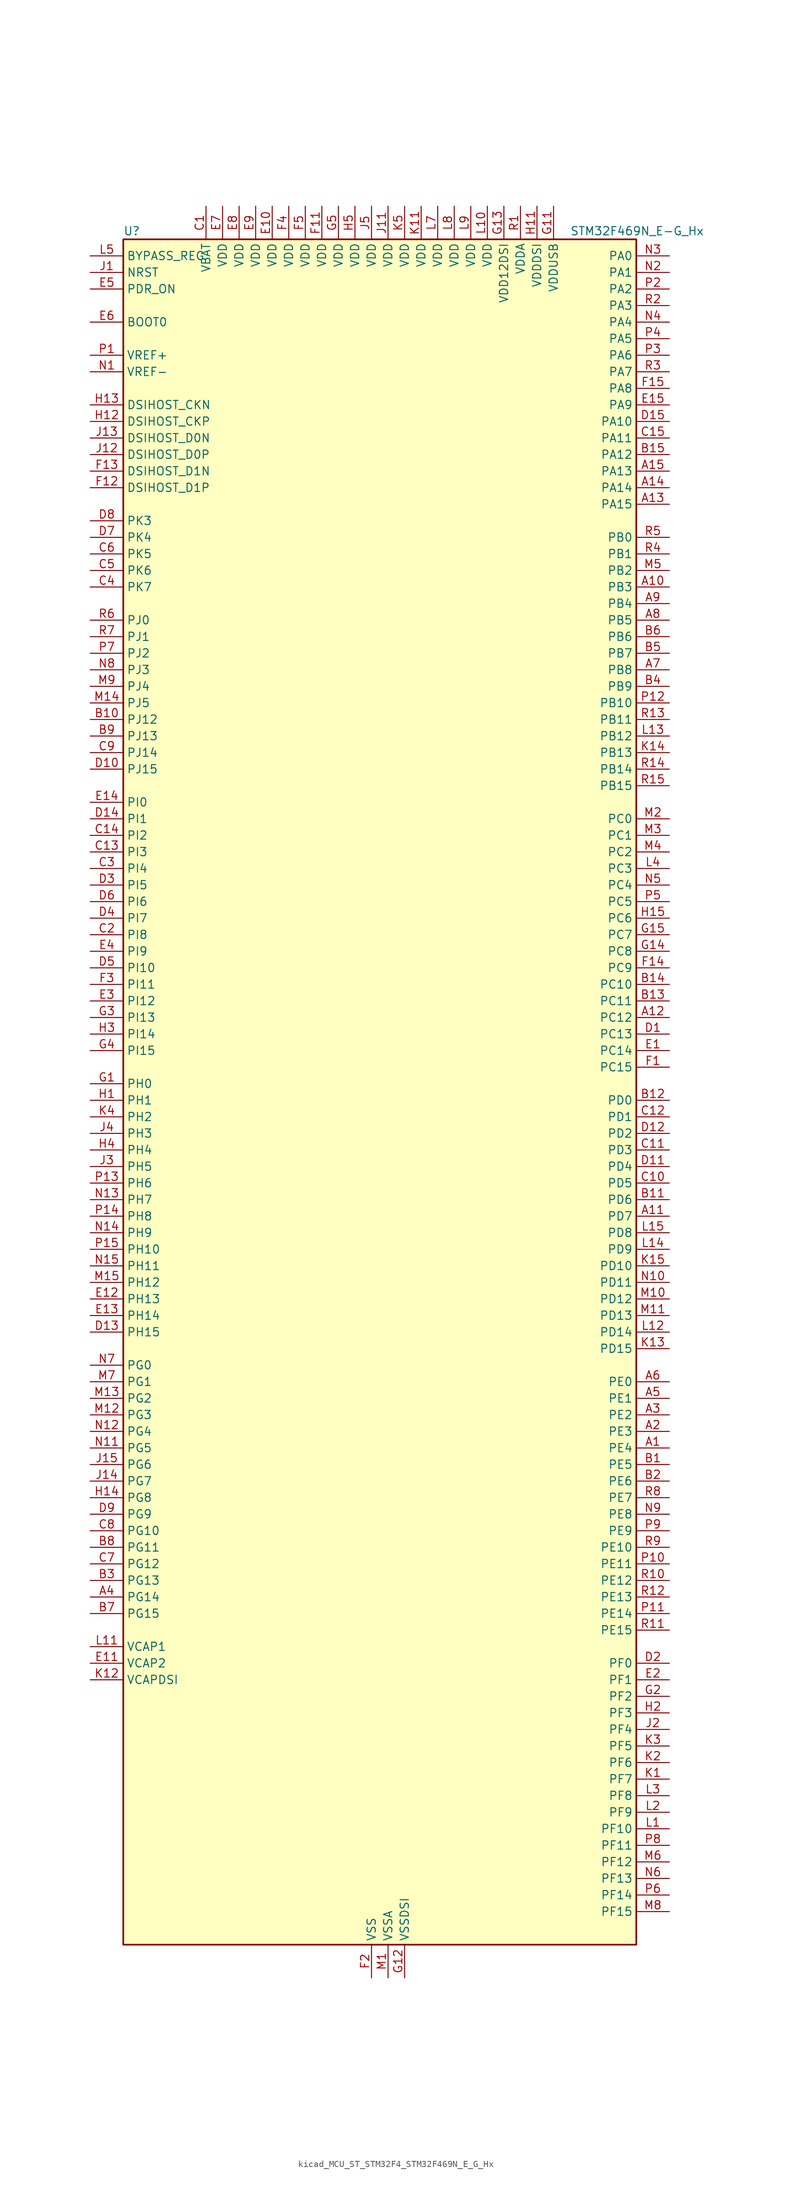
<source format=kicad_sym>
(kicad_symbol_lib
  (version 20220914)
  (generator kicad_symbol_editor)
  (symbol "kicad_MCU_ST_STM32F4_STM32F469N_E_G_Hx"
    (property "Reference" "U"
      (at -38.1 133.35 0)
      (effects (font (size 1.27 1.27)) (justify left)))
    (property "Value" "STM32F469N_E-G_Hx"
      (at 30.48 133.35 0)
      (effects (font (size 1.27 1.27)) (justify left)))
    (property "ki_locked" ""
      (at 0 0 0)
      (effects (font (size 1.27 1.27))))
    (symbol "kicad_MCU_ST_STM32F4_STM32F469N_E_G_Hx_0_1"
      (rectangle (start -38.1 -129.54) (end 40.64 132.08) (stroke (width 0.254) (type default)) (fill (type background))))
    (symbol "kicad_MCU_ST_STM32F4_STM32F469N_E_G_Hx_1_1"
      (pin bidirectional line (at 45.72 -53.34 180) (length 5.08) (name "PE4" (effects (font (size 1.27 1.27)))) (number "A1" (effects (font (size 1.27 1.27)))) (alternate "DCMI_D4" bidirectional line) (alternate "FMC_A20" bidirectional line) (alternate "LTDC_B0" bidirectional line) (alternate "SAI1_FS_A" bidirectional line) (alternate "SPI4_NSS" bidirectional line) (alternate "SYS_TRACED1" bidirectional line))
      (pin bidirectional line (at 45.72 78.74 180) (length 5.08) (name "PB3" (effects (font (size 1.27 1.27)))) (number "A10" (effects (font (size 1.27 1.27)))) (alternate "I2S3_CK" bidirectional line) (alternate "SPI1_SCK" bidirectional line) (alternate "SPI3_SCK" bidirectional line) (alternate "SYS_JTDO-SWO" bidirectional line) (alternate "TIM2_CH2" bidirectional line))
      (pin bidirectional line (at 45.72 -17.78 180) (length 5.08) (name "PD7" (effects (font (size 1.27 1.27)))) (number "A11" (effects (font (size 1.27 1.27)))) (alternate "FMC_NE1" bidirectional line) (alternate "USART2_CK" bidirectional line))
      (pin bidirectional line (at 45.72 12.7 180) (length 5.08) (name "PC12" (effects (font (size 1.27 1.27)))) (number "A12" (effects (font (size 1.27 1.27)))) (alternate "DCMI_D9" bidirectional line) (alternate "I2S3_SD" bidirectional line) (alternate "SDIO_CK" bidirectional line) (alternate "SPI3_MOSI" bidirectional line) (alternate "SYS_TRACED3" bidirectional line) (alternate "UART5_TX" bidirectional line) (alternate "USART3_CK" bidirectional line))
      (pin bidirectional line (at 45.72 91.44 180) (length 5.08) (name "PA15" (effects (font (size 1.27 1.27)))) (number "A13" (effects (font (size 1.27 1.27)))) (alternate "ADC1_EXTI15" bidirectional line) (alternate "ADC2_EXTI15" bidirectional line) (alternate "ADC3_EXTI15" bidirectional line) (alternate "I2S3_WS" bidirectional line) (alternate "SPI1_NSS" bidirectional line) (alternate "SPI3_NSS" bidirectional line) (alternate "SYS_JTDI" bidirectional line) (alternate "TIM2_CH1" bidirectional line) (alternate "TIM2_ETR" bidirectional line))
      (pin bidirectional line (at 45.72 93.98 180) (length 5.08) (name "PA14" (effects (font (size 1.27 1.27)))) (number "A14" (effects (font (size 1.27 1.27)))) (alternate "SYS_JTCK-SWCLK" bidirectional line))
      (pin bidirectional line (at 45.72 96.52 180) (length 5.08) (name "PA13" (effects (font (size 1.27 1.27)))) (number "A15" (effects (font (size 1.27 1.27)))) (alternate "SYS_JTMS-SWDIO" bidirectional line))
      (pin bidirectional line (at 45.72 -50.8 180) (length 5.08) (name "PE3" (effects (font (size 1.27 1.27)))) (number "A2" (effects (font (size 1.27 1.27)))) (alternate "FMC_A19" bidirectional line) (alternate "SAI1_SD_B" bidirectional line) (alternate "SYS_TRACED0" bidirectional line))
      (pin bidirectional line (at 45.72 -48.26 180) (length 5.08) (name "PE2" (effects (font (size 1.27 1.27)))) (number "A3" (effects (font (size 1.27 1.27)))) (alternate "ETH_TXD3" bidirectional line) (alternate "FMC_A23" bidirectional line) (alternate "QUADSPI_BK1_IO2" bidirectional line) (alternate "SAI1_MCLK_A" bidirectional line) (alternate "SPI4_SCK" bidirectional line) (alternate "SYS_TRACECLK" bidirectional line))
      (pin bidirectional line (at -43.18 -76.2 0) (length 5.08) (name "PG14" (effects (font (size 1.27 1.27)))) (number "A4" (effects (font (size 1.27 1.27)))) (alternate "ETH_TXD1" bidirectional line) (alternate "FMC_A25" bidirectional line) (alternate "LTDC_B0" bidirectional line) (alternate "QUADSPI_BK2_IO3" bidirectional line) (alternate "SPI6_MOSI" bidirectional line) (alternate "SYS_TRACED1" bidirectional line) (alternate "USART6_TX" bidirectional line))
      (pin bidirectional line (at 45.72 -45.72 180) (length 5.08) (name "PE1" (effects (font (size 1.27 1.27)))) (number "A5" (effects (font (size 1.27 1.27)))) (alternate "DCMI_D3" bidirectional line) (alternate "FMC_NBL1" bidirectional line) (alternate "UART8_TX" bidirectional line))
      (pin bidirectional line (at 45.72 -43.18 180) (length 5.08) (name "PE0" (effects (font (size 1.27 1.27)))) (number "A6" (effects (font (size 1.27 1.27)))) (alternate "DCMI_D2" bidirectional line) (alternate "FMC_NBL0" bidirectional line) (alternate "TIM4_ETR" bidirectional line) (alternate "UART8_RX" bidirectional line))
      (pin bidirectional line (at 45.72 66.04 180) (length 5.08) (name "PB8" (effects (font (size 1.27 1.27)))) (number "A7" (effects (font (size 1.27 1.27)))) (alternate "CAN1_RX" bidirectional line) (alternate "DCMI_D6" bidirectional line) (alternate "ETH_TXD3" bidirectional line) (alternate "I2C1_SCL" bidirectional line) (alternate "LTDC_B6" bidirectional line) (alternate "SDIO_D4" bidirectional line) (alternate "TIM10_CH1" bidirectional line) (alternate "TIM4_CH3" bidirectional line))
      (pin bidirectional line (at 45.72 73.66 180) (length 5.08) (name "PB5" (effects (font (size 1.27 1.27)))) (number "A8" (effects (font (size 1.27 1.27)))) (alternate "CAN2_RX" bidirectional line) (alternate "DCMI_D10" bidirectional line) (alternate "ETH_PPS_OUT" bidirectional line) (alternate "FMC_SDCKE1" bidirectional line) (alternate "I2C1_SMBA" bidirectional line) (alternate "I2S3_SD" bidirectional line) (alternate "LTDC_G7" bidirectional line) (alternate "SPI1_MOSI" bidirectional line) (alternate "SPI3_MOSI" bidirectional line) (alternate "TIM3_CH2" bidirectional line) (alternate "USB_OTG_HS_ULPI_D7" bidirectional line))
      (pin bidirectional line (at 45.72 76.2 180) (length 5.08) (name "PB4" (effects (font (size 1.27 1.27)))) (number "A9" (effects (font (size 1.27 1.27)))) (alternate "I2S3_ext_SD" bidirectional line) (alternate "SPI1_MISO" bidirectional line) (alternate "SPI3_MISO" bidirectional line) (alternate "SYS_JTRST" bidirectional line) (alternate "TIM3_CH1" bidirectional line))
      (pin bidirectional line (at 45.72 -55.88 180) (length 5.08) (name "PE5" (effects (font (size 1.27 1.27)))) (number "B1" (effects (font (size 1.27 1.27)))) (alternate "DCMI_D6" bidirectional line) (alternate "FMC_A21" bidirectional line) (alternate "LTDC_G0" bidirectional line) (alternate "SAI1_SCK_A" bidirectional line) (alternate "SPI4_MISO" bidirectional line) (alternate "SYS_TRACED2" bidirectional line) (alternate "TIM9_CH1" bidirectional line))
      (pin bidirectional line (at -43.18 58.42 0) (length 5.08) (name "PJ12" (effects (font (size 1.27 1.27)))) (number "B10" (effects (font (size 1.27 1.27)))) (alternate "LTDC_B0" bidirectional line) (alternate "LTDC_G3" bidirectional line))
      (pin bidirectional line (at 45.72 -15.24 180) (length 5.08) (name "PD6" (effects (font (size 1.27 1.27)))) (number "B11" (effects (font (size 1.27 1.27)))) (alternate "DCMI_D10" bidirectional line) (alternate "FMC_NWAIT" bidirectional line) (alternate "I2S3_SD" bidirectional line) (alternate "LTDC_B2" bidirectional line) (alternate "SAI1_SD_A" bidirectional line) (alternate "SPI3_MOSI" bidirectional line) (alternate "USART2_RX" bidirectional line))
      (pin bidirectional line (at 45.72 0 180) (length 5.08) (name "PD0" (effects (font (size 1.27 1.27)))) (number "B12" (effects (font (size 1.27 1.27)))) (alternate "CAN1_RX" bidirectional line) (alternate "FMC_D2" bidirectional line) (alternate "FMC_DA2" bidirectional line))
      (pin bidirectional line (at 45.72 15.24 180) (length 5.08) (name "PC11" (effects (font (size 1.27 1.27)))) (number "B13" (effects (font (size 1.27 1.27)))) (alternate "ADC1_EXTI11" bidirectional line) (alternate "ADC2_EXTI11" bidirectional line) (alternate "ADC3_EXTI11" bidirectional line) (alternate "DCMI_D4" bidirectional line) (alternate "I2S3_ext_SD" bidirectional line) (alternate "QUADSPI_BK2_NCS" bidirectional line) (alternate "SDIO_D3" bidirectional line) (alternate "SPI3_MISO" bidirectional line) (alternate "UART4_RX" bidirectional line) (alternate "USART3_RX" bidirectional line))
      (pin bidirectional line (at 45.72 17.78 180) (length 5.08) (name "PC10" (effects (font (size 1.27 1.27)))) (number "B14" (effects (font (size 1.27 1.27)))) (alternate "DCMI_D8" bidirectional line) (alternate "I2S3_CK" bidirectional line) (alternate "LTDC_R2" bidirectional line) (alternate "QUADSPI_BK1_IO1" bidirectional line) (alternate "SDIO_D2" bidirectional line) (alternate "SPI3_SCK" bidirectional line) (alternate "UART4_TX" bidirectional line) (alternate "USART3_TX" bidirectional line))
      (pin bidirectional line (at 45.72 99.06 180) (length 5.08) (name "PA12" (effects (font (size 1.27 1.27)))) (number "B15" (effects (font (size 1.27 1.27)))) (alternate "CAN1_TX" bidirectional line) (alternate "LTDC_R5" bidirectional line) (alternate "TIM1_ETR" bidirectional line) (alternate "USART1_RTS" bidirectional line) (alternate "USB_OTG_FS_DP" bidirectional line))
      (pin bidirectional line (at 45.72 -58.42 180) (length 5.08) (name "PE6" (effects (font (size 1.27 1.27)))) (number "B2" (effects (font (size 1.27 1.27)))) (alternate "DCMI_D7" bidirectional line) (alternate "FMC_A22" bidirectional line) (alternate "LTDC_G1" bidirectional line) (alternate "SAI1_SD_A" bidirectional line) (alternate "SPI4_MOSI" bidirectional line) (alternate "SYS_TRACED3" bidirectional line) (alternate "TIM9_CH2" bidirectional line))
      (pin bidirectional line (at -43.18 -73.66 0) (length 5.08) (name "PG13" (effects (font (size 1.27 1.27)))) (number "B3" (effects (font (size 1.27 1.27)))) (alternate "ETH_TXD0" bidirectional line) (alternate "FMC_A24" bidirectional line) (alternate "LTDC_R0" bidirectional line) (alternate "SPI6_SCK" bidirectional line) (alternate "SYS_TRACED0" bidirectional line) (alternate "USART6_CTS" bidirectional line))
      (pin bidirectional line (at 45.72 63.5 180) (length 5.08) (name "PB9" (effects (font (size 1.27 1.27)))) (number "B4" (effects (font (size 1.27 1.27)))) (alternate "CAN1_TX" bidirectional line) (alternate "DAC_EXTI9" bidirectional line) (alternate "DCMI_D7" bidirectional line) (alternate "I2C1_SDA" bidirectional line) (alternate "I2S2_WS" bidirectional line) (alternate "LTDC_B7" bidirectional line) (alternate "SDIO_D5" bidirectional line) (alternate "SPI2_NSS" bidirectional line) (alternate "TIM11_CH1" bidirectional line) (alternate "TIM4_CH4" bidirectional line))
      (pin bidirectional line (at 45.72 68.58 180) (length 5.08) (name "PB7" (effects (font (size 1.27 1.27)))) (number "B5" (effects (font (size 1.27 1.27)))) (alternate "DCMI_VSYNC" bidirectional line) (alternate "FMC_NL" bidirectional line) (alternate "I2C1_SDA" bidirectional line) (alternate "TIM4_CH2" bidirectional line) (alternate "USART1_RX" bidirectional line))
      (pin bidirectional line (at 45.72 71.12 180) (length 5.08) (name "PB6" (effects (font (size 1.27 1.27)))) (number "B6" (effects (font (size 1.27 1.27)))) (alternate "CAN2_TX" bidirectional line) (alternate "DCMI_D5" bidirectional line) (alternate "FMC_SDNE1" bidirectional line) (alternate "I2C1_SCL" bidirectional line) (alternate "QUADSPI_BK1_NCS" bidirectional line) (alternate "TIM4_CH1" bidirectional line) (alternate "USART1_TX" bidirectional line))
      (pin bidirectional line (at -43.18 -78.74 0) (length 5.08) (name "PG15" (effects (font (size 1.27 1.27)))) (number "B7" (effects (font (size 1.27 1.27)))) (alternate "ADC1_EXTI15" bidirectional line) (alternate "ADC2_EXTI15" bidirectional line) (alternate "ADC3_EXTI15" bidirectional line) (alternate "DCMI_D13" bidirectional line) (alternate "FMC_SDNCAS" bidirectional line) (alternate "USART6_CTS" bidirectional line))
      (pin bidirectional line (at -43.18 -68.58 0) (length 5.08) (name "PG11" (effects (font (size 1.27 1.27)))) (number "B8" (effects (font (size 1.27 1.27)))) (alternate "ADC1_EXTI11" bidirectional line) (alternate "ADC2_EXTI11" bidirectional line) (alternate "ADC3_EXTI11" bidirectional line) (alternate "DCMI_D3" bidirectional line) (alternate "ETH_TX_EN" bidirectional line) (alternate "LTDC_B3" bidirectional line))
      (pin bidirectional line (at -43.18 55.88 0) (length 5.08) (name "PJ13" (effects (font (size 1.27 1.27)))) (number "B9" (effects (font (size 1.27 1.27)))) (alternate "LTDC_B1" bidirectional line) (alternate "LTDC_G4" bidirectional line))
      (pin power_in line (at -25.4 137.16 270) (length 5.08) (name "VBAT" (effects (font (size 1.27 1.27)))) (number "C1" (effects (font (size 1.27 1.27)))))
      (pin bidirectional line (at 45.72 -12.7 180) (length 5.08) (name "PD5" (effects (font (size 1.27 1.27)))) (number "C10" (effects (font (size 1.27 1.27)))) (alternate "FMC_NWE" bidirectional line) (alternate "USART2_TX" bidirectional line))
      (pin bidirectional line (at 45.72 -7.62 180) (length 5.08) (name "PD3" (effects (font (size 1.27 1.27)))) (number "C11" (effects (font (size 1.27 1.27)))) (alternate "DCMI_D5" bidirectional line) (alternate "FMC_CLK" bidirectional line) (alternate "I2S2_CK" bidirectional line) (alternate "LTDC_G7" bidirectional line) (alternate "SPI2_SCK" bidirectional line) (alternate "USART2_CTS" bidirectional line))
      (pin bidirectional line (at 45.72 -2.54 180) (length 5.08) (name "PD1" (effects (font (size 1.27 1.27)))) (number "C12" (effects (font (size 1.27 1.27)))) (alternate "CAN1_TX" bidirectional line) (alternate "FMC_D3" bidirectional line) (alternate "FMC_DA3" bidirectional line))
      (pin bidirectional line (at -43.18 38.1 0) (length 5.08) (name "PI3" (effects (font (size 1.27 1.27)))) (number "C13" (effects (font (size 1.27 1.27)))) (alternate "DCMI_D10" bidirectional line) (alternate "FMC_D27" bidirectional line) (alternate "I2S2_SD" bidirectional line) (alternate "SPI2_MOSI" bidirectional line) (alternate "TIM8_ETR" bidirectional line))
      (pin bidirectional line (at -43.18 40.64 0) (length 5.08) (name "PI2" (effects (font (size 1.27 1.27)))) (number "C14" (effects (font (size 1.27 1.27)))) (alternate "DCMI_D9" bidirectional line) (alternate "FMC_D26" bidirectional line) (alternate "I2S2_ext_SD" bidirectional line) (alternate "LTDC_G7" bidirectional line) (alternate "SPI2_MISO" bidirectional line) (alternate "TIM8_CH4" bidirectional line))
      (pin bidirectional line (at 45.72 101.6 180) (length 5.08) (name "PA11" (effects (font (size 1.27 1.27)))) (number "C15" (effects (font (size 1.27 1.27)))) (alternate "ADC1_EXTI11" bidirectional line) (alternate "ADC2_EXTI11" bidirectional line) (alternate "ADC3_EXTI11" bidirectional line) (alternate "CAN1_RX" bidirectional line) (alternate "LTDC_R4" bidirectional line) (alternate "TIM1_CH4" bidirectional line) (alternate "USART1_CTS" bidirectional line) (alternate "USB_OTG_FS_DM" bidirectional line))
      (pin bidirectional line (at -43.18 25.4 0) (length 5.08) (name "PI8" (effects (font (size 1.27 1.27)))) (number "C2" (effects (font (size 1.27 1.27)))) (alternate "RTC_AF1" bidirectional line) (alternate "RTC_AF2" bidirectional line))
      (pin bidirectional line (at -43.18 35.56 0) (length 5.08) (name "PI4" (effects (font (size 1.27 1.27)))) (number "C3" (effects (font (size 1.27 1.27)))) (alternate "DCMI_D5" bidirectional line) (alternate "FMC_NBL2" bidirectional line) (alternate "LTDC_B4" bidirectional line) (alternate "TIM8_BKIN" bidirectional line))
      (pin bidirectional line (at -43.18 78.74 0) (length 5.08) (name "PK7" (effects (font (size 1.27 1.27)))) (number "C4" (effects (font (size 1.27 1.27)))) (alternate "LTDC_DE" bidirectional line))
      (pin bidirectional line (at -43.18 81.28 0) (length 5.08) (name "PK6" (effects (font (size 1.27 1.27)))) (number "C5" (effects (font (size 1.27 1.27)))) (alternate "LTDC_B7" bidirectional line))
      (pin bidirectional line (at -43.18 83.82 0) (length 5.08) (name "PK5" (effects (font (size 1.27 1.27)))) (number "C6" (effects (font (size 1.27 1.27)))) (alternate "LTDC_B6" bidirectional line))
      (pin bidirectional line (at -43.18 -71.12 0) (length 5.08) (name "PG12" (effects (font (size 1.27 1.27)))) (number "C7" (effects (font (size 1.27 1.27)))) (alternate "FMC_NE4" bidirectional line) (alternate "LTDC_B1" bidirectional line) (alternate "LTDC_B4" bidirectional line) (alternate "SPI6_MISO" bidirectional line) (alternate "USART6_RTS" bidirectional line))
      (pin bidirectional line (at -43.18 -66.04 0) (length 5.08) (name "PG10" (effects (font (size 1.27 1.27)))) (number "C8" (effects (font (size 1.27 1.27)))) (alternate "DCMI_D2" bidirectional line) (alternate "FMC_NE3" bidirectional line) (alternate "LTDC_B2" bidirectional line) (alternate "LTDC_G3" bidirectional line))
      (pin bidirectional line (at -43.18 53.34 0) (length 5.08) (name "PJ14" (effects (font (size 1.27 1.27)))) (number "C9" (effects (font (size 1.27 1.27)))) (alternate "LTDC_B2" bidirectional line))
      (pin bidirectional line (at 45.72 10.16 180) (length 5.08) (name "PC13" (effects (font (size 1.27 1.27)))) (number "D1" (effects (font (size 1.27 1.27)))) (alternate "RTC_AF1" bidirectional line))
      (pin bidirectional line (at -43.18 50.8 0) (length 5.08) (name "PJ15" (effects (font (size 1.27 1.27)))) (number "D10" (effects (font (size 1.27 1.27)))) (alternate "ADC1_EXTI15" bidirectional line) (alternate "ADC2_EXTI15" bidirectional line) (alternate "ADC3_EXTI15" bidirectional line) (alternate "LTDC_B3" bidirectional line))
      (pin bidirectional line (at 45.72 -10.16 180) (length 5.08) (name "PD4" (effects (font (size 1.27 1.27)))) (number "D11" (effects (font (size 1.27 1.27)))) (alternate "FMC_NOE" bidirectional line) (alternate "USART2_RTS" bidirectional line))
      (pin bidirectional line (at 45.72 -5.08 180) (length 5.08) (name "PD2" (effects (font (size 1.27 1.27)))) (number "D12" (effects (font (size 1.27 1.27)))) (alternate "DCMI_D11" bidirectional line) (alternate "SDIO_CMD" bidirectional line) (alternate "SYS_TRACED2" bidirectional line) (alternate "TIM3_ETR" bidirectional line) (alternate "UART5_RX" bidirectional line))
      (pin bidirectional line (at -43.18 -35.56 0) (length 5.08) (name "PH15" (effects (font (size 1.27 1.27)))) (number "D13" (effects (font (size 1.27 1.27)))) (alternate "ADC1_EXTI15" bidirectional line) (alternate "ADC2_EXTI15" bidirectional line) (alternate "ADC3_EXTI15" bidirectional line) (alternate "DCMI_D11" bidirectional line) (alternate "FMC_D23" bidirectional line) (alternate "LTDC_G4" bidirectional line) (alternate "TIM8_CH3N" bidirectional line))
      (pin bidirectional line (at -43.18 43.18 0) (length 5.08) (name "PI1" (effects (font (size 1.27 1.27)))) (number "D14" (effects (font (size 1.27 1.27)))) (alternate "DCMI_D8" bidirectional line) (alternate "FMC_D25" bidirectional line) (alternate "I2S2_CK" bidirectional line) (alternate "LTDC_G6" bidirectional line) (alternate "SPI2_SCK" bidirectional line))
      (pin bidirectional line (at 45.72 104.14 180) (length 5.08) (name "PA10" (effects (font (size 1.27 1.27)))) (number "D15" (effects (font (size 1.27 1.27)))) (alternate "DCMI_D1" bidirectional line) (alternate "TIM1_CH3" bidirectional line) (alternate "USART1_RX" bidirectional line) (alternate "USB_OTG_FS_ID" bidirectional line))
      (pin bidirectional line (at 45.72 -86.36 180) (length 5.08) (name "PF0" (effects (font (size 1.27 1.27)))) (number "D2" (effects (font (size 1.27 1.27)))) (alternate "FMC_A0" bidirectional line) (alternate "I2C2_SDA" bidirectional line))
      (pin bidirectional line (at -43.18 33.02 0) (length 5.08) (name "PI5" (effects (font (size 1.27 1.27)))) (number "D3" (effects (font (size 1.27 1.27)))) (alternate "DCMI_VSYNC" bidirectional line) (alternate "FMC_NBL3" bidirectional line) (alternate "LTDC_B5" bidirectional line) (alternate "TIM8_CH1" bidirectional line))
      (pin bidirectional line (at -43.18 27.94 0) (length 5.08) (name "PI7" (effects (font (size 1.27 1.27)))) (number "D4" (effects (font (size 1.27 1.27)))) (alternate "DCMI_D7" bidirectional line) (alternate "FMC_D29" bidirectional line) (alternate "LTDC_B7" bidirectional line) (alternate "TIM8_CH3" bidirectional line))
      (pin bidirectional line (at -43.18 20.32 0) (length 5.08) (name "PI10" (effects (font (size 1.27 1.27)))) (number "D5" (effects (font (size 1.27 1.27)))) (alternate "ETH_RX_ER" bidirectional line) (alternate "FMC_D31" bidirectional line) (alternate "LTDC_HSYNC" bidirectional line))
      (pin bidirectional line (at -43.18 30.48 0) (length 5.08) (name "PI6" (effects (font (size 1.27 1.27)))) (number "D6" (effects (font (size 1.27 1.27)))) (alternate "DCMI_D6" bidirectional line) (alternate "FMC_D28" bidirectional line) (alternate "LTDC_B6" bidirectional line) (alternate "TIM8_CH2" bidirectional line))
      (pin bidirectional line (at -43.18 86.36 0) (length 5.08) (name "PK4" (effects (font (size 1.27 1.27)))) (number "D7" (effects (font (size 1.27 1.27)))) (alternate "LTDC_B5" bidirectional line))
      (pin bidirectional line (at -43.18 88.9 0) (length 5.08) (name "PK3" (effects (font (size 1.27 1.27)))) (number "D8" (effects (font (size 1.27 1.27)))) (alternate "LTDC_B4" bidirectional line))
      (pin bidirectional line (at -43.18 -63.5 0) (length 5.08) (name "PG9" (effects (font (size 1.27 1.27)))) (number "D9" (effects (font (size 1.27 1.27)))) (alternate "DAC_EXTI9" bidirectional line) (alternate "DCMI_VSYNC" bidirectional line) (alternate "FMC_NCE" bidirectional line) (alternate "FMC_NE2" bidirectional line) (alternate "QUADSPI_BK2_IO2" bidirectional line) (alternate "USART6_RX" bidirectional line))
      (pin bidirectional line (at 45.72 7.62 180) (length 5.08) (name "PC14" (effects (font (size 1.27 1.27)))) (number "E1" (effects (font (size 1.27 1.27)))) (alternate "RCC_OSC32_IN" bidirectional line))
      (pin power_in line (at -15.24 137.16 270) (length 5.08) (name "VDD" (effects (font (size 1.27 1.27)))) (number "E10" (effects (font (size 1.27 1.27)))))
      (pin power_out line (at -43.18 -86.36 0) (length 5.08) (name "VCAP2" (effects (font (size 1.27 1.27)))) (number "E11" (effects (font (size 1.27 1.27)))))
      (pin bidirectional line (at -43.18 -30.48 0) (length 5.08) (name "PH13" (effects (font (size 1.27 1.27)))) (number "E12" (effects (font (size 1.27 1.27)))) (alternate "CAN1_TX" bidirectional line) (alternate "FMC_D21" bidirectional line) (alternate "LTDC_G2" bidirectional line) (alternate "TIM8_CH1N" bidirectional line))
      (pin bidirectional line (at -43.18 -33.02 0) (length 5.08) (name "PH14" (effects (font (size 1.27 1.27)))) (number "E13" (effects (font (size 1.27 1.27)))) (alternate "DCMI_D4" bidirectional line) (alternate "FMC_D22" bidirectional line) (alternate "LTDC_G3" bidirectional line) (alternate "TIM8_CH2N" bidirectional line))
      (pin bidirectional line (at -43.18 45.72 0) (length 5.08) (name "PI0" (effects (font (size 1.27 1.27)))) (number "E14" (effects (font (size 1.27 1.27)))) (alternate "DCMI_D13" bidirectional line) (alternate "FMC_D24" bidirectional line) (alternate "I2S2_WS" bidirectional line) (alternate "LTDC_G5" bidirectional line) (alternate "SPI2_NSS" bidirectional line) (alternate "TIM5_CH4" bidirectional line))
      (pin bidirectional line (at 45.72 106.68 180) (length 5.08) (name "PA9" (effects (font (size 1.27 1.27)))) (number "E15" (effects (font (size 1.27 1.27)))) (alternate "DAC_EXTI9" bidirectional line) (alternate "DCMI_D0" bidirectional line) (alternate "I2C3_SMBA" bidirectional line) (alternate "I2S2_CK" bidirectional line) (alternate "SPI2_SCK" bidirectional line) (alternate "TIM1_CH2" bidirectional line) (alternate "USART1_TX" bidirectional line) (alternate "USB_OTG_FS_VBUS" bidirectional line))
      (pin bidirectional line (at 45.72 -88.9 180) (length 5.08) (name "PF1" (effects (font (size 1.27 1.27)))) (number "E2" (effects (font (size 1.27 1.27)))) (alternate "FMC_A1" bidirectional line) (alternate "I2C2_SCL" bidirectional line))
      (pin bidirectional line (at -43.18 15.24 0) (length 5.08) (name "PI12" (effects (font (size 1.27 1.27)))) (number "E3" (effects (font (size 1.27 1.27)))) (alternate "LTDC_HSYNC" bidirectional line))
      (pin bidirectional line (at -43.18 22.86 0) (length 5.08) (name "PI9" (effects (font (size 1.27 1.27)))) (number "E4" (effects (font (size 1.27 1.27)))) (alternate "CAN1_RX" bidirectional line) (alternate "DAC_EXTI9" bidirectional line) (alternate "FMC_D30" bidirectional line) (alternate "LTDC_VSYNC" bidirectional line))
      (pin input line (at -43.18 124.46 0) (length 5.08) (name "PDR_ON" (effects (font (size 1.27 1.27)))) (number "E5" (effects (font (size 1.27 1.27)))))
      (pin input line (at -43.18 119.38 0) (length 5.08) (name "BOOT0" (effects (font (size 1.27 1.27)))) (number "E6" (effects (font (size 1.27 1.27)))))
      (pin power_in line (at -22.86 137.16 270) (length 5.08) (name "VDD" (effects (font (size 1.27 1.27)))) (number "E7" (effects (font (size 1.27 1.27)))))
      (pin power_in line (at -20.32 137.16 270) (length 5.08) (name "VDD" (effects (font (size 1.27 1.27)))) (number "E8" (effects (font (size 1.27 1.27)))))
      (pin power_in line (at -17.78 137.16 270) (length 5.08) (name "VDD" (effects (font (size 1.27 1.27)))) (number "E9" (effects (font (size 1.27 1.27)))))
      (pin bidirectional line (at 45.72 5.08 180) (length 5.08) (name "PC15" (effects (font (size 1.27 1.27)))) (number "F1" (effects (font (size 1.27 1.27)))) (alternate "ADC1_EXTI15" bidirectional line) (alternate "ADC2_EXTI15" bidirectional line) (alternate "ADC3_EXTI15" bidirectional line) (alternate "RCC_OSC32_OUT" bidirectional line))
      (pin passive line (at 0 -134.62 90) (length 5.08) hide (name "VSS" (effects (font (size 1.27 1.27)))) (number "F10" (effects (font (size 1.27 1.27)))))
      (pin power_in line (at -7.62 137.16 270) (length 5.08) (name "VDD" (effects (font (size 1.27 1.27)))) (number "F11" (effects (font (size 1.27 1.27)))))
      (pin bidirectional line (at -43.18 93.98 0) (length 5.08) (name "DSIHOST_D1P" (effects (font (size 1.27 1.27)))) (number "F12" (effects (font (size 1.27 1.27)))) (alternate "DSIHOST_D1P" bidirectional line))
      (pin bidirectional line (at -43.18 96.52 0) (length 5.08) (name "DSIHOST_D1N" (effects (font (size 1.27 1.27)))) (number "F13" (effects (font (size 1.27 1.27)))) (alternate "DSIHOST_D1N" bidirectional line))
      (pin bidirectional line (at 45.72 20.32 180) (length 5.08) (name "PC9" (effects (font (size 1.27 1.27)))) (number "F14" (effects (font (size 1.27 1.27)))) (alternate "DAC_EXTI9" bidirectional line) (alternate "DCMI_D3" bidirectional line) (alternate "I2C3_SDA" bidirectional line) (alternate "I2S_CKIN" bidirectional line) (alternate "QUADSPI_BK1_IO0" bidirectional line) (alternate "RCC_MCO_2" bidirectional line) (alternate "SDIO_D1" bidirectional line) (alternate "TIM3_CH4" bidirectional line) (alternate "TIM8_CH4" bidirectional line))
      (pin bidirectional line (at 45.72 109.22 180) (length 5.08) (name "PA8" (effects (font (size 1.27 1.27)))) (number "F15" (effects (font (size 1.27 1.27)))) (alternate "I2C3_SCL" bidirectional line) (alternate "LTDC_R6" bidirectional line) (alternate "RCC_MCO_1" bidirectional line) (alternate "TIM1_CH1" bidirectional line) (alternate "USART1_CK" bidirectional line) (alternate "USB_OTG_FS_SOF" bidirectional line))
      (pin power_in line (at 0 -134.62 90) (length 5.08) (name "VSS" (effects (font (size 1.27 1.27)))) (number "F2" (effects (font (size 1.27 1.27)))))
      (pin bidirectional line (at -43.18 17.78 0) (length 5.08) (name "PI11" (effects (font (size 1.27 1.27)))) (number "F3" (effects (font (size 1.27 1.27)))) (alternate "ADC1_EXTI11" bidirectional line) (alternate "ADC2_EXTI11" bidirectional line) (alternate "ADC3_EXTI11" bidirectional line) (alternate "LTDC_G6" bidirectional line) (alternate "USB_OTG_HS_ULPI_DIR" bidirectional line))
      (pin power_in line (at -12.7 137.16 270) (length 5.08) (name "VDD" (effects (font (size 1.27 1.27)))) (number "F4" (effects (font (size 1.27 1.27)))))
      (pin power_in line (at -10.16 137.16 270) (length 5.08) (name "VDD" (effects (font (size 1.27 1.27)))) (number "F5" (effects (font (size 1.27 1.27)))))
      (pin passive line (at 0 -134.62 90) (length 5.08) hide (name "VSS" (effects (font (size 1.27 1.27)))) (number "F6" (effects (font (size 1.27 1.27)))))
      (pin passive line (at 0 -134.62 90) (length 5.08) hide (name "VSS" (effects (font (size 1.27 1.27)))) (number "F7" (effects (font (size 1.27 1.27)))))
      (pin passive line (at 0 -134.62 90) (length 5.08) hide (name "VSS" (effects (font (size 1.27 1.27)))) (number "F8" (effects (font (size 1.27 1.27)))))
      (pin passive line (at 0 -134.62 90) (length 5.08) hide (name "VSS" (effects (font (size 1.27 1.27)))) (number "F9" (effects (font (size 1.27 1.27)))))
      (pin bidirectional line (at -43.18 2.54 0) (length 5.08) (name "PH0" (effects (font (size 1.27 1.27)))) (number "G1" (effects (font (size 1.27 1.27)))) (alternate "RCC_OSC_IN" bidirectional line))
      (pin passive line (at 0 -134.62 90) (length 5.08) hide (name "VSS" (effects (font (size 1.27 1.27)))) (number "G10" (effects (font (size 1.27 1.27)))))
      (pin power_in line (at 27.94 137.16 270) (length 5.08) (name "VDDUSB" (effects (font (size 1.27 1.27)))) (number "G11" (effects (font (size 1.27 1.27)))))
      (pin power_in line (at 5.08 -134.62 90) (length 5.08) (name "VSSDSI" (effects (font (size 1.27 1.27)))) (number "G12" (effects (font (size 1.27 1.27)))))
      (pin power_in line (at 20.32 137.16 270) (length 5.08) (name "VDD12DSI" (effects (font (size 1.27 1.27)))) (number "G13" (effects (font (size 1.27 1.27)))))
      (pin bidirectional line (at 45.72 22.86 180) (length 5.08) (name "PC8" (effects (font (size 1.27 1.27)))) (number "G14" (effects (font (size 1.27 1.27)))) (alternate "DCMI_D2" bidirectional line) (alternate "SDIO_D0" bidirectional line) (alternate "SYS_TRACED1" bidirectional line) (alternate "TIM3_CH3" bidirectional line) (alternate "TIM8_CH3" bidirectional line) (alternate "USART6_CK" bidirectional line))
      (pin bidirectional line (at 45.72 25.4 180) (length 5.08) (name "PC7" (effects (font (size 1.27 1.27)))) (number "G15" (effects (font (size 1.27 1.27)))) (alternate "DCMI_D1" bidirectional line) (alternate "I2S3_MCK" bidirectional line) (alternate "LTDC_G6" bidirectional line) (alternate "SDIO_D7" bidirectional line) (alternate "TIM3_CH2" bidirectional line) (alternate "TIM8_CH2" bidirectional line) (alternate "USART6_RX" bidirectional line))
      (pin bidirectional line (at 45.72 -91.44 180) (length 5.08) (name "PF2" (effects (font (size 1.27 1.27)))) (number "G2" (effects (font (size 1.27 1.27)))) (alternate "FMC_A2" bidirectional line) (alternate "I2C2_SMBA" bidirectional line))
      (pin bidirectional line (at -43.18 12.7 0) (length 5.08) (name "PI13" (effects (font (size 1.27 1.27)))) (number "G3" (effects (font (size 1.27 1.27)))) (alternate "LTDC_VSYNC" bidirectional line))
      (pin bidirectional line (at -43.18 7.62 0) (length 5.08) (name "PI15" (effects (font (size 1.27 1.27)))) (number "G4" (effects (font (size 1.27 1.27)))) (alternate "ADC1_EXTI15" bidirectional line) (alternate "ADC2_EXTI15" bidirectional line) (alternate "ADC3_EXTI15" bidirectional line) (alternate "LTDC_G2" bidirectional line) (alternate "LTDC_R0" bidirectional line))
      (pin power_in line (at -5.08 137.16 270) (length 5.08) (name "VDD" (effects (font (size 1.27 1.27)))) (number "G5" (effects (font (size 1.27 1.27)))))
      (pin passive line (at 0 -134.62 90) (length 5.08) hide (name "VSS" (effects (font (size 1.27 1.27)))) (number "G6" (effects (font (size 1.27 1.27)))))
      (pin bidirectional line (at -43.18 0 0) (length 5.08) (name "PH1" (effects (font (size 1.27 1.27)))) (number "H1" (effects (font (size 1.27 1.27)))) (alternate "RCC_OSC_OUT" bidirectional line))
      (pin passive line (at 0 -134.62 90) (length 5.08) hide (name "VSS" (effects (font (size 1.27 1.27)))) (number "H10" (effects (font (size 1.27 1.27)))))
      (pin power_in line (at 25.4 137.16 270) (length 5.08) (name "VDDDSI" (effects (font (size 1.27 1.27)))) (number "H11" (effects (font (size 1.27 1.27)))))
      (pin bidirectional line (at -43.18 104.14 0) (length 5.08) (name "DSIHOST_CKP" (effects (font (size 1.27 1.27)))) (number "H12" (effects (font (size 1.27 1.27)))) (alternate "DSIHOST_CKP" bidirectional line))
      (pin bidirectional line (at -43.18 106.68 0) (length 5.08) (name "DSIHOST_CKN" (effects (font (size 1.27 1.27)))) (number "H13" (effects (font (size 1.27 1.27)))) (alternate "DSIHOST_CKN" bidirectional line))
      (pin bidirectional line (at -43.18 -60.96 0) (length 5.08) (name "PG8" (effects (font (size 1.27 1.27)))) (number "H14" (effects (font (size 1.27 1.27)))) (alternate "ETH_PPS_OUT" bidirectional line) (alternate "FMC_SDCLK" bidirectional line) (alternate "LTDC_G7" bidirectional line) (alternate "SPI6_NSS" bidirectional line) (alternate "USART6_RTS" bidirectional line))
      (pin bidirectional line (at 45.72 27.94 180) (length 5.08) (name "PC6" (effects (font (size 1.27 1.27)))) (number "H15" (effects (font (size 1.27 1.27)))) (alternate "DCMI_D0" bidirectional line) (alternate "I2S2_MCK" bidirectional line) (alternate "LTDC_HSYNC" bidirectional line) (alternate "SDIO_D6" bidirectional line) (alternate "TIM3_CH1" bidirectional line) (alternate "TIM8_CH1" bidirectional line) (alternate "USART6_TX" bidirectional line))
      (pin bidirectional line (at 45.72 -93.98 180) (length 5.08) (name "PF3" (effects (font (size 1.27 1.27)))) (number "H2" (effects (font (size 1.27 1.27)))) (alternate "ADC3_IN9" bidirectional line) (alternate "FMC_A3" bidirectional line))
      (pin bidirectional line (at -43.18 10.16 0) (length 5.08) (name "PI14" (effects (font (size 1.27 1.27)))) (number "H3" (effects (font (size 1.27 1.27)))) (alternate "LTDC_CLK" bidirectional line))
      (pin bidirectional line (at -43.18 -7.62 0) (length 5.08) (name "PH4" (effects (font (size 1.27 1.27)))) (number "H4" (effects (font (size 1.27 1.27)))) (alternate "I2C2_SCL" bidirectional line) (alternate "LTDC_G4" bidirectional line) (alternate "LTDC_G5" bidirectional line) (alternate "USB_OTG_HS_ULPI_NXT" bidirectional line))
      (pin power_in line (at -2.54 137.16 270) (length 5.08) (name "VDD" (effects (font (size 1.27 1.27)))) (number "H5" (effects (font (size 1.27 1.27)))))
      (pin passive line (at 0 -134.62 90) (length 5.08) hide (name "VSS" (effects (font (size 1.27 1.27)))) (number "H6" (effects (font (size 1.27 1.27)))))
      (pin input line (at -43.18 127 0) (length 5.08) (name "NRST" (effects (font (size 1.27 1.27)))) (number "J1" (effects (font (size 1.27 1.27)))))
      (pin passive line (at 0 -134.62 90) (length 5.08) hide (name "VSS" (effects (font (size 1.27 1.27)))) (number "J10" (effects (font (size 1.27 1.27)))))
      (pin power_in line (at 2.54 137.16 270) (length 5.08) (name "VDD" (effects (font (size 1.27 1.27)))) (number "J11" (effects (font (size 1.27 1.27)))))
      (pin bidirectional line (at -43.18 99.06 0) (length 5.08) (name "DSIHOST_D0P" (effects (font (size 1.27 1.27)))) (number "J12" (effects (font (size 1.27 1.27)))) (alternate "DSIHOST_D0P" bidirectional line))
      (pin bidirectional line (at -43.18 101.6 0) (length 5.08) (name "DSIHOST_D0N" (effects (font (size 1.27 1.27)))) (number "J13" (effects (font (size 1.27 1.27)))) (alternate "DSIHOST_D0N" bidirectional line))
      (pin bidirectional line (at -43.18 -58.42 0) (length 5.08) (name "PG7" (effects (font (size 1.27 1.27)))) (number "J14" (effects (font (size 1.27 1.27)))) (alternate "DCMI_D13" bidirectional line) (alternate "FMC_INT" bidirectional line) (alternate "LTDC_CLK" bidirectional line) (alternate "SAI1_MCLK_A" bidirectional line) (alternate "USART6_CK" bidirectional line))
      (pin bidirectional line (at -43.18 -55.88 0) (length 5.08) (name "PG6" (effects (font (size 1.27 1.27)))) (number "J15" (effects (font (size 1.27 1.27)))) (alternate "DCMI_D12" bidirectional line) (alternate "LTDC_R7" bidirectional line))
      (pin bidirectional line (at 45.72 -96.52 180) (length 5.08) (name "PF4" (effects (font (size 1.27 1.27)))) (number "J2" (effects (font (size 1.27 1.27)))) (alternate "ADC3_IN14" bidirectional line) (alternate "FMC_A4" bidirectional line))
      (pin bidirectional line (at -43.18 -10.16 0) (length 5.08) (name "PH5" (effects (font (size 1.27 1.27)))) (number "J3" (effects (font (size 1.27 1.27)))) (alternate "FMC_SDNWE" bidirectional line) (alternate "I2C2_SDA" bidirectional line) (alternate "SPI5_NSS" bidirectional line))
      (pin bidirectional line (at -43.18 -5.08 0) (length 5.08) (name "PH3" (effects (font (size 1.27 1.27)))) (number "J4" (effects (font (size 1.27 1.27)))) (alternate "ETH_COL" bidirectional line) (alternate "FMC_SDNE0" bidirectional line) (alternate "LTDC_R1" bidirectional line) (alternate "QUADSPI_BK2_IO1" bidirectional line))
      (pin power_in line (at 0 137.16 270) (length 5.08) (name "VDD" (effects (font (size 1.27 1.27)))) (number "J5" (effects (font (size 1.27 1.27)))))
      (pin passive line (at 0 -134.62 90) (length 5.08) hide (name "VSS" (effects (font (size 1.27 1.27)))) (number "J6" (effects (font (size 1.27 1.27)))))
      (pin bidirectional line (at 45.72 -104.14 180) (length 5.08) (name "PF7" (effects (font (size 1.27 1.27)))) (number "K1" (effects (font (size 1.27 1.27)))) (alternate "ADC3_IN5" bidirectional line) (alternate "QUADSPI_BK1_IO2" bidirectional line) (alternate "SAI1_MCLK_B" bidirectional line) (alternate "SPI5_SCK" bidirectional line) (alternate "TIM11_CH1" bidirectional line) (alternate "UART7_TX" bidirectional line))
      (pin passive line (at 0 -134.62 90) (length 5.08) hide (name "VSS" (effects (font (size 1.27 1.27)))) (number "K10" (effects (font (size 1.27 1.27)))))
      (pin power_in line (at 7.62 137.16 270) (length 5.08) (name "VDD" (effects (font (size 1.27 1.27)))) (number "K11" (effects (font (size 1.27 1.27)))))
      (pin power_out line (at -43.18 -88.9 0) (length 5.08) (name "VCAPDSI" (effects (font (size 1.27 1.27)))) (number "K12" (effects (font (size 1.27 1.27)))))
      (pin bidirectional line (at 45.72 -38.1 180) (length 5.08) (name "PD15" (effects (font (size 1.27 1.27)))) (number "K13" (effects (font (size 1.27 1.27)))) (alternate "ADC1_EXTI15" bidirectional line) (alternate "ADC2_EXTI15" bidirectional line) (alternate "ADC3_EXTI15" bidirectional line) (alternate "FMC_D1" bidirectional line) (alternate "FMC_DA1" bidirectional line) (alternate "TIM4_CH4" bidirectional line))
      (pin bidirectional line (at 45.72 53.34 180) (length 5.08) (name "PB13" (effects (font (size 1.27 1.27)))) (number "K14" (effects (font (size 1.27 1.27)))) (alternate "CAN2_TX" bidirectional line) (alternate "ETH_TXD1" bidirectional line) (alternate "I2S2_CK" bidirectional line) (alternate "SPI2_SCK" bidirectional line) (alternate "TIM1_CH1N" bidirectional line) (alternate "USART3_CTS" bidirectional line) (alternate "USB_OTG_HS_ULPI_D6" bidirectional line) (alternate "USB_OTG_HS_VBUS" bidirectional line))
      (pin bidirectional line (at 45.72 -25.4 180) (length 5.08) (name "PD10" (effects (font (size 1.27 1.27)))) (number "K15" (effects (font (size 1.27 1.27)))) (alternate "FMC_D15" bidirectional line) (alternate "FMC_DA15" bidirectional line) (alternate "LTDC_B3" bidirectional line) (alternate "USART3_CK" bidirectional line))
      (pin bidirectional line (at 45.72 -101.6 180) (length 5.08) (name "PF6" (effects (font (size 1.27 1.27)))) (number "K2" (effects (font (size 1.27 1.27)))) (alternate "ADC3_IN4" bidirectional line) (alternate "QUADSPI_BK1_IO3" bidirectional line) (alternate "SAI1_SD_B" bidirectional line) (alternate "SPI5_NSS" bidirectional line) (alternate "TIM10_CH1" bidirectional line) (alternate "UART7_RX" bidirectional line))
      (pin bidirectional line (at 45.72 -99.06 180) (length 5.08) (name "PF5" (effects (font (size 1.27 1.27)))) (number "K3" (effects (font (size 1.27 1.27)))) (alternate "ADC3_IN15" bidirectional line) (alternate "FMC_A5" bidirectional line))
      (pin bidirectional line (at -43.18 -2.54 0) (length 5.08) (name "PH2" (effects (font (size 1.27 1.27)))) (number "K4" (effects (font (size 1.27 1.27)))) (alternate "ETH_CRS" bidirectional line) (alternate "FMC_SDCKE0" bidirectional line) (alternate "LTDC_R0" bidirectional line) (alternate "QUADSPI_BK2_IO0" bidirectional line))
      (pin power_in line (at 5.08 137.16 270) (length 5.08) (name "VDD" (effects (font (size 1.27 1.27)))) (number "K5" (effects (font (size 1.27 1.27)))))
      (pin passive line (at 0 -134.62 90) (length 5.08) hide (name "VSS" (effects (font (size 1.27 1.27)))) (number "K6" (effects (font (size 1.27 1.27)))))
      (pin passive line (at 0 -134.62 90) (length 5.08) hide (name "VSS" (effects (font (size 1.27 1.27)))) (number "K7" (effects (font (size 1.27 1.27)))))
      (pin passive line (at 0 -134.62 90) (length 5.08) hide (name "VSS" (effects (font (size 1.27 1.27)))) (number "K8" (effects (font (size 1.27 1.27)))))
      (pin passive line (at 0 -134.62 90) (length 5.08) hide (name "VSS" (effects (font (size 1.27 1.27)))) (number "K9" (effects (font (size 1.27 1.27)))))
      (pin bidirectional line (at 45.72 -111.76 180) (length 5.08) (name "PF10" (effects (font (size 1.27 1.27)))) (number "L1" (effects (font (size 1.27 1.27)))) (alternate "ADC3_IN8" bidirectional line) (alternate "DCMI_D11" bidirectional line) (alternate "LTDC_DE" bidirectional line) (alternate "QUADSPI_CLK" bidirectional line))
      (pin power_in line (at 17.78 137.16 270) (length 5.08) (name "VDD" (effects (font (size 1.27 1.27)))) (number "L10" (effects (font (size 1.27 1.27)))))
      (pin power_out line (at -43.18 -83.82 0) (length 5.08) (name "VCAP1" (effects (font (size 1.27 1.27)))) (number "L11" (effects (font (size 1.27 1.27)))))
      (pin bidirectional line (at 45.72 -35.56 180) (length 5.08) (name "PD14" (effects (font (size 1.27 1.27)))) (number "L12" (effects (font (size 1.27 1.27)))) (alternate "FMC_D0" bidirectional line) (alternate "FMC_DA0" bidirectional line) (alternate "TIM4_CH3" bidirectional line))
      (pin bidirectional line (at 45.72 55.88 180) (length 5.08) (name "PB12" (effects (font (size 1.27 1.27)))) (number "L13" (effects (font (size 1.27 1.27)))) (alternate "CAN2_RX" bidirectional line) (alternate "ETH_TXD0" bidirectional line) (alternate "I2C2_SMBA" bidirectional line) (alternate "I2S2_WS" bidirectional line) (alternate "SPI2_NSS" bidirectional line) (alternate "TIM1_BKIN" bidirectional line) (alternate "USART3_CK" bidirectional line) (alternate "USB_OTG_HS_ID" bidirectional line) (alternate "USB_OTG_HS_ULPI_D5" bidirectional line))
      (pin bidirectional line (at 45.72 -22.86 180) (length 5.08) (name "PD9" (effects (font (size 1.27 1.27)))) (number "L14" (effects (font (size 1.27 1.27)))) (alternate "DAC_EXTI9" bidirectional line) (alternate "FMC_D14" bidirectional line) (alternate "FMC_DA14" bidirectional line) (alternate "USART3_RX" bidirectional line))
      (pin bidirectional line (at 45.72 -20.32 180) (length 5.08) (name "PD8" (effects (font (size 1.27 1.27)))) (number "L15" (effects (font (size 1.27 1.27)))) (alternate "FMC_D13" bidirectional line) (alternate "FMC_DA13" bidirectional line) (alternate "USART3_TX" bidirectional line))
      (pin bidirectional line (at 45.72 -109.22 180) (length 5.08) (name "PF9" (effects (font (size 1.27 1.27)))) (number "L2" (effects (font (size 1.27 1.27)))) (alternate "ADC3_IN7" bidirectional line) (alternate "DAC_EXTI9" bidirectional line) (alternate "QUADSPI_BK1_IO1" bidirectional line) (alternate "SAI1_FS_B" bidirectional line) (alternate "SPI5_MOSI" bidirectional line) (alternate "TIM14_CH1" bidirectional line))
      (pin bidirectional line (at 45.72 -106.68 180) (length 5.08) (name "PF8" (effects (font (size 1.27 1.27)))) (number "L3" (effects (font (size 1.27 1.27)))) (alternate "ADC3_IN6" bidirectional line) (alternate "QUADSPI_BK1_IO0" bidirectional line) (alternate "SAI1_SCK_B" bidirectional line) (alternate "SPI5_MISO" bidirectional line) (alternate "TIM13_CH1" bidirectional line))
      (pin bidirectional line (at 45.72 35.56 180) (length 5.08) (name "PC3" (effects (font (size 1.27 1.27)))) (number "L4" (effects (font (size 1.27 1.27)))) (alternate "ADC1_IN13" bidirectional line) (alternate "ADC2_IN13" bidirectional line) (alternate "ADC3_IN13" bidirectional line) (alternate "ETH_TX_CLK" bidirectional line) (alternate "FMC_SDCKE0" bidirectional line) (alternate "I2S2_SD" bidirectional line) (alternate "SPI2_MOSI" bidirectional line) (alternate "USB_OTG_HS_ULPI_NXT" bidirectional line))
      (pin input line (at -43.18 129.54 0) (length 5.08) (name "BYPASS_REG" (effects (font (size 1.27 1.27)))) (number "L5" (effects (font (size 1.27 1.27)))))
      (pin passive line (at 0 -134.62 90) (length 5.08) hide (name "VSS" (effects (font (size 1.27 1.27)))) (number "L6" (effects (font (size 1.27 1.27)))))
      (pin power_in line (at 10.16 137.16 270) (length 5.08) (name "VDD" (effects (font (size 1.27 1.27)))) (number "L7" (effects (font (size 1.27 1.27)))))
      (pin power_in line (at 12.7 137.16 270) (length 5.08) (name "VDD" (effects (font (size 1.27 1.27)))) (number "L8" (effects (font (size 1.27 1.27)))))
      (pin power_in line (at 15.24 137.16 270) (length 5.08) (name "VDD" (effects (font (size 1.27 1.27)))) (number "L9" (effects (font (size 1.27 1.27)))))
      (pin power_in line (at 2.54 -134.62 90) (length 5.08) (name "VSSA" (effects (font (size 1.27 1.27)))) (number "M1" (effects (font (size 1.27 1.27)))))
      (pin bidirectional line (at 45.72 -30.48 180) (length 5.08) (name "PD12" (effects (font (size 1.27 1.27)))) (number "M10" (effects (font (size 1.27 1.27)))) (alternate "FMC_A17" bidirectional line) (alternate "FMC_ALE" bidirectional line) (alternate "QUADSPI_BK1_IO1" bidirectional line) (alternate "TIM4_CH1" bidirectional line) (alternate "USART3_RTS" bidirectional line))
      (pin bidirectional line (at 45.72 -33.02 180) (length 5.08) (name "PD13" (effects (font (size 1.27 1.27)))) (number "M11" (effects (font (size 1.27 1.27)))) (alternate "FMC_A18" bidirectional line) (alternate "QUADSPI_BK1_IO3" bidirectional line) (alternate "TIM4_CH2" bidirectional line))
      (pin bidirectional line (at -43.18 -48.26 0) (length 5.08) (name "PG3" (effects (font (size 1.27 1.27)))) (number "M12" (effects (font (size 1.27 1.27)))) (alternate "FMC_A13" bidirectional line))
      (pin bidirectional line (at -43.18 -45.72 0) (length 5.08) (name "PG2" (effects (font (size 1.27 1.27)))) (number "M13" (effects (font (size 1.27 1.27)))) (alternate "FMC_A12" bidirectional line))
      (pin bidirectional line (at -43.18 60.96 0) (length 5.08) (name "PJ5" (effects (font (size 1.27 1.27)))) (number "M14" (effects (font (size 1.27 1.27)))) (alternate "LTDC_R6" bidirectional line))
      (pin bidirectional line (at -43.18 -27.94 0) (length 5.08) (name "PH12" (effects (font (size 1.27 1.27)))) (number "M15" (effects (font (size 1.27 1.27)))) (alternate "DCMI_D3" bidirectional line) (alternate "FMC_D20" bidirectional line) (alternate "LTDC_R6" bidirectional line) (alternate "TIM5_CH3" bidirectional line))
      (pin bidirectional line (at 45.72 43.18 180) (length 5.08) (name "PC0" (effects (font (size 1.27 1.27)))) (number "M2" (effects (font (size 1.27 1.27)))) (alternate "ADC1_IN10" bidirectional line) (alternate "ADC2_IN10" bidirectional line) (alternate "ADC3_IN10" bidirectional line) (alternate "FMC_SDNWE" bidirectional line) (alternate "LTDC_R5" bidirectional line) (alternate "USB_OTG_HS_ULPI_STP" bidirectional line))
      (pin bidirectional line (at 45.72 40.64 180) (length 5.08) (name "PC1" (effects (font (size 1.27 1.27)))) (number "M3" (effects (font (size 1.27 1.27)))) (alternate "ADC1_IN11" bidirectional line) (alternate "ADC2_IN11" bidirectional line) (alternate "ADC3_IN11" bidirectional line) (alternate "ETH_MDC" bidirectional line) (alternate "I2S2_SD" bidirectional line) (alternate "SAI1_SD_A" bidirectional line) (alternate "SPI2_MOSI" bidirectional line) (alternate "SYS_TRACED0" bidirectional line))
      (pin bidirectional line (at 45.72 38.1 180) (length 5.08) (name "PC2" (effects (font (size 1.27 1.27)))) (number "M4" (effects (font (size 1.27 1.27)))) (alternate "ADC1_IN12" bidirectional line) (alternate "ADC2_IN12" bidirectional line) (alternate "ADC3_IN12" bidirectional line) (alternate "ETH_TXD2" bidirectional line) (alternate "FMC_SDNE0" bidirectional line) (alternate "I2S2_ext_SD" bidirectional line) (alternate "SPI2_MISO" bidirectional line) (alternate "USB_OTG_HS_ULPI_DIR" bidirectional line))
      (pin bidirectional line (at 45.72 81.28 180) (length 5.08) (name "PB2" (effects (font (size 1.27 1.27)))) (number "M5" (effects (font (size 1.27 1.27)))))
      (pin bidirectional line (at 45.72 -116.84 180) (length 5.08) (name "PF12" (effects (font (size 1.27 1.27)))) (number "M6" (effects (font (size 1.27 1.27)))) (alternate "FMC_A6" bidirectional line))
      (pin bidirectional line (at -43.18 -43.18 0) (length 5.08) (name "PG1" (effects (font (size 1.27 1.27)))) (number "M7" (effects (font (size 1.27 1.27)))) (alternate "FMC_A11" bidirectional line))
      (pin bidirectional line (at 45.72 -124.46 180) (length 5.08) (name "PF15" (effects (font (size 1.27 1.27)))) (number "M8" (effects (font (size 1.27 1.27)))) (alternate "ADC1_EXTI15" bidirectional line) (alternate "ADC2_EXTI15" bidirectional line) (alternate "ADC3_EXTI15" bidirectional line) (alternate "FMC_A9" bidirectional line))
      (pin bidirectional line (at -43.18 63.5 0) (length 5.08) (name "PJ4" (effects (font (size 1.27 1.27)))) (number "M9" (effects (font (size 1.27 1.27)))) (alternate "LTDC_R5" bidirectional line))
      (pin input line (at -43.18 111.76 0) (length 5.08) (name "VREF-" (effects (font (size 1.27 1.27)))) (number "N1" (effects (font (size 1.27 1.27)))))
      (pin bidirectional line (at 45.72 -27.94 180) (length 5.08) (name "PD11" (effects (font (size 1.27 1.27)))) (number "N10" (effects (font (size 1.27 1.27)))) (alternate "ADC1_EXTI11" bidirectional line) (alternate "ADC2_EXTI11" bidirectional line) (alternate "ADC3_EXTI11" bidirectional line) (alternate "FMC_A16" bidirectional line) (alternate "FMC_CLE" bidirectional line) (alternate "QUADSPI_BK1_IO0" bidirectional line) (alternate "USART3_CTS" bidirectional line))
      (pin bidirectional line (at -43.18 -53.34 0) (length 5.08) (name "PG5" (effects (font (size 1.27 1.27)))) (number "N11" (effects (font (size 1.27 1.27)))) (alternate "FMC_A15" bidirectional line) (alternate "FMC_BA1" bidirectional line))
      (pin bidirectional line (at -43.18 -50.8 0) (length 5.08) (name "PG4" (effects (font (size 1.27 1.27)))) (number "N12" (effects (font (size 1.27 1.27)))) (alternate "FMC_A14" bidirectional line) (alternate "FMC_BA0" bidirectional line))
      (pin bidirectional line (at -43.18 -15.24 0) (length 5.08) (name "PH7" (effects (font (size 1.27 1.27)))) (number "N13" (effects (font (size 1.27 1.27)))) (alternate "DCMI_D9" bidirectional line) (alternate "ETH_RXD3" bidirectional line) (alternate "FMC_SDCKE1" bidirectional line) (alternate "I2C3_SCL" bidirectional line) (alternate "SPI5_MISO" bidirectional line))
      (pin bidirectional line (at -43.18 -20.32 0) (length 5.08) (name "PH9" (effects (font (size 1.27 1.27)))) (number "N14" (effects (font (size 1.27 1.27)))) (alternate "DAC_EXTI9" bidirectional line) (alternate "DCMI_D0" bidirectional line) (alternate "FMC_D17" bidirectional line) (alternate "I2C3_SMBA" bidirectional line) (alternate "LTDC_R3" bidirectional line) (alternate "TIM12_CH2" bidirectional line))
      (pin bidirectional line (at -43.18 -25.4 0) (length 5.08) (name "PH11" (effects (font (size 1.27 1.27)))) (number "N15" (effects (font (size 1.27 1.27)))) (alternate "ADC1_EXTI11" bidirectional line) (alternate "ADC2_EXTI11" bidirectional line) (alternate "ADC3_EXTI11" bidirectional line) (alternate "DCMI_D2" bidirectional line) (alternate "FMC_D19" bidirectional line) (alternate "LTDC_R5" bidirectional line) (alternate "TIM5_CH2" bidirectional line))
      (pin bidirectional line (at 45.72 127 180) (length 5.08) (name "PA1" (effects (font (size 1.27 1.27)))) (number "N2" (effects (font (size 1.27 1.27)))) (alternate "ADC1_IN1" bidirectional line) (alternate "ADC2_IN1" bidirectional line) (alternate "ADC3_IN1" bidirectional line) (alternate "ETH_REF_CLK" bidirectional line) (alternate "ETH_RX_CLK" bidirectional line) (alternate "LTDC_R2" bidirectional line) (alternate "QUADSPI_BK1_IO3" bidirectional line) (alternate "TIM2_CH2" bidirectional line) (alternate "TIM5_CH2" bidirectional line) (alternate "UART4_RX" bidirectional line) (alternate "USART2_RTS" bidirectional line))
      (pin bidirectional line (at 45.72 129.54 180) (length 5.08) (name "PA0" (effects (font (size 1.27 1.27)))) (number "N3" (effects (font (size 1.27 1.27)))) (alternate "ADC1_IN0" bidirectional line) (alternate "ADC2_IN0" bidirectional line) (alternate "ADC3_IN0" bidirectional line) (alternate "ETH_CRS" bidirectional line) (alternate "SYS_WKUP" bidirectional line) (alternate "TIM2_CH1" bidirectional line) (alternate "TIM2_ETR" bidirectional line) (alternate "TIM5_CH1" bidirectional line) (alternate "TIM8_ETR" bidirectional line) (alternate "UART4_TX" bidirectional line) (alternate "USART2_CTS" bidirectional line))
      (pin bidirectional line (at 45.72 119.38 180) (length 5.08) (name "PA4" (effects (font (size 1.27 1.27)))) (number "N4" (effects (font (size 1.27 1.27)))) (alternate "ADC1_IN4" bidirectional line) (alternate "ADC2_IN4" bidirectional line) (alternate "DAC_OUT1" bidirectional line) (alternate "DCMI_HSYNC" bidirectional line) (alternate "I2S3_WS" bidirectional line) (alternate "LTDC_VSYNC" bidirectional line) (alternate "SPI1_NSS" bidirectional line) (alternate "SPI3_NSS" bidirectional line) (alternate "USART2_CK" bidirectional line) (alternate "USB_OTG_HS_SOF" bidirectional line))
      (pin bidirectional line (at 45.72 33.02 180) (length 5.08) (name "PC4" (effects (font (size 1.27 1.27)))) (number "N5" (effects (font (size 1.27 1.27)))) (alternate "ADC1_IN14" bidirectional line) (alternate "ADC2_IN14" bidirectional line) (alternate "ETH_RXD0" bidirectional line) (alternate "FMC_SDNE0" bidirectional line))
      (pin bidirectional line (at 45.72 -119.38 180) (length 5.08) (name "PF13" (effects (font (size 1.27 1.27)))) (number "N6" (effects (font (size 1.27 1.27)))) (alternate "FMC_A7" bidirectional line))
      (pin bidirectional line (at -43.18 -40.64 0) (length 5.08) (name "PG0" (effects (font (size 1.27 1.27)))) (number "N7" (effects (font (size 1.27 1.27)))) (alternate "FMC_A10" bidirectional line))
      (pin bidirectional line (at -43.18 66.04 0) (length 5.08) (name "PJ3" (effects (font (size 1.27 1.27)))) (number "N8" (effects (font (size 1.27 1.27)))) (alternate "LTDC_R4" bidirectional line))
      (pin bidirectional line (at 45.72 -63.5 180) (length 5.08) (name "PE8" (effects (font (size 1.27 1.27)))) (number "N9" (effects (font (size 1.27 1.27)))) (alternate "FMC_D5" bidirectional line) (alternate "FMC_DA5" bidirectional line) (alternate "QUADSPI_BK2_IO1" bidirectional line) (alternate "TIM1_CH1N" bidirectional line) (alternate "UART7_TX" bidirectional line))
      (pin input line (at -43.18 114.3 0) (length 5.08) (name "VREF+" (effects (font (size 1.27 1.27)))) (number "P1" (effects (font (size 1.27 1.27)))))
      (pin bidirectional line (at 45.72 -71.12 180) (length 5.08) (name "PE11" (effects (font (size 1.27 1.27)))) (number "P10" (effects (font (size 1.27 1.27)))) (alternate "ADC1_EXTI11" bidirectional line) (alternate "ADC2_EXTI11" bidirectional line) (alternate "ADC3_EXTI11" bidirectional line) (alternate "FMC_D8" bidirectional line) (alternate "FMC_DA8" bidirectional line) (alternate "LTDC_G3" bidirectional line) (alternate "SPI4_NSS" bidirectional line) (alternate "TIM1_CH2" bidirectional line))
      (pin bidirectional line (at 45.72 -78.74 180) (length 5.08) (name "PE14" (effects (font (size 1.27 1.27)))) (number "P11" (effects (font (size 1.27 1.27)))) (alternate "FMC_D11" bidirectional line) (alternate "FMC_DA11" bidirectional line) (alternate "LTDC_CLK" bidirectional line) (alternate "SPI4_MOSI" bidirectional line) (alternate "TIM1_CH4" bidirectional line))
      (pin bidirectional line (at 45.72 60.96 180) (length 5.08) (name "PB10" (effects (font (size 1.27 1.27)))) (number "P12" (effects (font (size 1.27 1.27)))) (alternate "ETH_RX_ER" bidirectional line) (alternate "I2C2_SCL" bidirectional line) (alternate "I2S2_CK" bidirectional line) (alternate "LTDC_G4" bidirectional line) (alternate "QUADSPI_BK1_NCS" bidirectional line) (alternate "SPI2_SCK" bidirectional line) (alternate "TIM2_CH3" bidirectional line) (alternate "USART3_TX" bidirectional line) (alternate "USB_OTG_HS_ULPI_D3" bidirectional line))
      (pin bidirectional line (at -43.18 -12.7 0) (length 5.08) (name "PH6" (effects (font (size 1.27 1.27)))) (number "P13" (effects (font (size 1.27 1.27)))) (alternate "DCMI_D8" bidirectional line) (alternate "ETH_RXD2" bidirectional line) (alternate "FMC_SDNE1" bidirectional line) (alternate "I2C2_SMBA" bidirectional line) (alternate "SPI5_SCK" bidirectional line) (alternate "TIM12_CH1" bidirectional line))
      (pin bidirectional line (at -43.18 -17.78 0) (length 5.08) (name "PH8" (effects (font (size 1.27 1.27)))) (number "P14" (effects (font (size 1.27 1.27)))) (alternate "DCMI_HSYNC" bidirectional line) (alternate "FMC_D16" bidirectional line) (alternate "I2C3_SDA" bidirectional line) (alternate "LTDC_R2" bidirectional line))
      (pin bidirectional line (at -43.18 -22.86 0) (length 5.08) (name "PH10" (effects (font (size 1.27 1.27)))) (number "P15" (effects (font (size 1.27 1.27)))) (alternate "DCMI_D1" bidirectional line) (alternate "FMC_D18" bidirectional line) (alternate "LTDC_R4" bidirectional line) (alternate "TIM5_CH1" bidirectional line))
      (pin bidirectional line (at 45.72 124.46 180) (length 5.08) (name "PA2" (effects (font (size 1.27 1.27)))) (number "P2" (effects (font (size 1.27 1.27)))) (alternate "ADC1_IN2" bidirectional line) (alternate "ADC2_IN2" bidirectional line) (alternate "ADC3_IN2" bidirectional line) (alternate "ETH_MDIO" bidirectional line) (alternate "LTDC_R1" bidirectional line) (alternate "TIM2_CH3" bidirectional line) (alternate "TIM5_CH3" bidirectional line) (alternate "TIM9_CH1" bidirectional line) (alternate "USART2_TX" bidirectional line))
      (pin bidirectional line (at 45.72 114.3 180) (length 5.08) (name "PA6" (effects (font (size 1.27 1.27)))) (number "P3" (effects (font (size 1.27 1.27)))) (alternate "ADC1_IN6" bidirectional line) (alternate "ADC2_IN6" bidirectional line) (alternate "DCMI_PIXCLK" bidirectional line) (alternate "LTDC_G2" bidirectional line) (alternate "SPI1_MISO" bidirectional line) (alternate "TIM13_CH1" bidirectional line) (alternate "TIM1_BKIN" bidirectional line) (alternate "TIM3_CH1" bidirectional line) (alternate "TIM8_BKIN" bidirectional line))
      (pin bidirectional line (at 45.72 116.84 180) (length 5.08) (name "PA5" (effects (font (size 1.27 1.27)))) (number "P4" (effects (font (size 1.27 1.27)))) (alternate "ADC1_IN5" bidirectional line) (alternate "ADC2_IN5" bidirectional line) (alternate "DAC_OUT2" bidirectional line) (alternate "LTDC_R4" bidirectional line) (alternate "SPI1_SCK" bidirectional line) (alternate "TIM2_CH1" bidirectional line) (alternate "TIM2_ETR" bidirectional line) (alternate "TIM8_CH1N" bidirectional line) (alternate "USB_OTG_HS_ULPI_CK" bidirectional line))
      (pin bidirectional line (at 45.72 30.48 180) (length 5.08) (name "PC5" (effects (font (size 1.27 1.27)))) (number "P5" (effects (font (size 1.27 1.27)))) (alternate "ADC1_IN15" bidirectional line) (alternate "ADC2_IN15" bidirectional line) (alternate "ETH_RXD1" bidirectional line) (alternate "FMC_SDCKE0" bidirectional line))
      (pin bidirectional line (at 45.72 -121.92 180) (length 5.08) (name "PF14" (effects (font (size 1.27 1.27)))) (number "P6" (effects (font (size 1.27 1.27)))) (alternate "FMC_A8" bidirectional line))
      (pin bidirectional line (at -43.18 68.58 0) (length 5.08) (name "PJ2" (effects (font (size 1.27 1.27)))) (number "P7" (effects (font (size 1.27 1.27)))) (alternate "DSIHOST_TE" bidirectional line) (alternate "LTDC_R3" bidirectional line))
      (pin bidirectional line (at 45.72 -114.3 180) (length 5.08) (name "PF11" (effects (font (size 1.27 1.27)))) (number "P8" (effects (font (size 1.27 1.27)))) (alternate "ADC1_EXTI11" bidirectional line) (alternate "ADC2_EXTI11" bidirectional line) (alternate "ADC3_EXTI11" bidirectional line) (alternate "DCMI_D12" bidirectional line) (alternate "FMC_SDNRAS" bidirectional line) (alternate "SPI5_MOSI" bidirectional line))
      (pin bidirectional line (at 45.72 -66.04 180) (length 5.08) (name "PE9" (effects (font (size 1.27 1.27)))) (number "P9" (effects (font (size 1.27 1.27)))) (alternate "DAC_EXTI9" bidirectional line) (alternate "FMC_D6" bidirectional line) (alternate "FMC_DA6" bidirectional line) (alternate "QUADSPI_BK2_IO2" bidirectional line) (alternate "TIM1_CH1" bidirectional line))
      (pin power_in line (at 22.86 137.16 270) (length 5.08) (name "VDDA" (effects (font (size 1.27 1.27)))) (number "R1" (effects (font (size 1.27 1.27)))))
      (pin bidirectional line (at 45.72 -73.66 180) (length 5.08) (name "PE12" (effects (font (size 1.27 1.27)))) (number "R10" (effects (font (size 1.27 1.27)))) (alternate "FMC_D9" bidirectional line) (alternate "FMC_DA9" bidirectional line) (alternate "LTDC_B4" bidirectional line) (alternate "SPI4_SCK" bidirectional line) (alternate "TIM1_CH3N" bidirectional line))
      (pin bidirectional line (at 45.72 -81.28 180) (length 5.08) (name "PE15" (effects (font (size 1.27 1.27)))) (number "R11" (effects (font (size 1.27 1.27)))) (alternate "ADC1_EXTI15" bidirectional line) (alternate "ADC2_EXTI15" bidirectional line) (alternate "ADC3_EXTI15" bidirectional line) (alternate "FMC_D12" bidirectional line) (alternate "FMC_DA12" bidirectional line) (alternate "LTDC_R7" bidirectional line) (alternate "TIM1_BKIN" bidirectional line))
      (pin bidirectional line (at 45.72 -76.2 180) (length 5.08) (name "PE13" (effects (font (size 1.27 1.27)))) (number "R12" (effects (font (size 1.27 1.27)))) (alternate "FMC_D10" bidirectional line) (alternate "FMC_DA10" bidirectional line) (alternate "LTDC_DE" bidirectional line) (alternate "SPI4_MISO" bidirectional line) (alternate "TIM1_CH3" bidirectional line))
      (pin bidirectional line (at 45.72 58.42 180) (length 5.08) (name "PB11" (effects (font (size 1.27 1.27)))) (number "R13" (effects (font (size 1.27 1.27)))) (alternate "ADC1_EXTI11" bidirectional line) (alternate "ADC2_EXTI11" bidirectional line) (alternate "ADC3_EXTI11" bidirectional line) (alternate "DSIHOST_TE" bidirectional line) (alternate "ETH_TX_EN" bidirectional line) (alternate "I2C2_SDA" bidirectional line) (alternate "LTDC_G5" bidirectional line) (alternate "TIM2_CH4" bidirectional line) (alternate "USART3_RX" bidirectional line) (alternate "USB_OTG_HS_ULPI_D4" bidirectional line))
      (pin bidirectional line (at 45.72 50.8 180) (length 5.08) (name "PB14" (effects (font (size 1.27 1.27)))) (number "R14" (effects (font (size 1.27 1.27)))) (alternate "I2S2_ext_SD" bidirectional line) (alternate "SPI2_MISO" bidirectional line) (alternate "TIM12_CH1" bidirectional line) (alternate "TIM1_CH2N" bidirectional line) (alternate "TIM8_CH2N" bidirectional line) (alternate "USART3_RTS" bidirectional line) (alternate "USB_OTG_HS_DM" bidirectional line))
      (pin bidirectional line (at 45.72 48.26 180) (length 5.08) (name "PB15" (effects (font (size 1.27 1.27)))) (number "R15" (effects (font (size 1.27 1.27)))) (alternate "ADC1_EXTI15" bidirectional line) (alternate "ADC2_EXTI15" bidirectional line) (alternate "ADC3_EXTI15" bidirectional line) (alternate "I2S2_SD" bidirectional line) (alternate "RTC_REFIN" bidirectional line) (alternate "SPI2_MOSI" bidirectional line) (alternate "TIM12_CH2" bidirectional line) (alternate "TIM1_CH3N" bidirectional line) (alternate "TIM8_CH3N" bidirectional line) (alternate "USB_OTG_HS_DP" bidirectional line))
      (pin bidirectional line (at 45.72 121.92 180) (length 5.08) (name "PA3" (effects (font (size 1.27 1.27)))) (number "R2" (effects (font (size 1.27 1.27)))) (alternate "ADC1_IN3" bidirectional line) (alternate "ADC2_IN3" bidirectional line) (alternate "ADC3_IN3" bidirectional line) (alternate "ETH_COL" bidirectional line) (alternate "LTDC_B2" bidirectional line) (alternate "LTDC_B5" bidirectional line) (alternate "TIM2_CH4" bidirectional line) (alternate "TIM5_CH4" bidirectional line) (alternate "TIM9_CH2" bidirectional line) (alternate "USART2_RX" bidirectional line) (alternate "USB_OTG_HS_ULPI_D0" bidirectional line))
      (pin bidirectional line (at 45.72 111.76 180) (length 5.08) (name "PA7" (effects (font (size 1.27 1.27)))) (number "R3" (effects (font (size 1.27 1.27)))) (alternate "ADC1_IN7" bidirectional line) (alternate "ADC2_IN7" bidirectional line) (alternate "ETH_CRS_DV" bidirectional line) (alternate "ETH_RX_DV" bidirectional line) (alternate "FMC_SDNWE" bidirectional line) (alternate "QUADSPI_CLK" bidirectional line) (alternate "SPI1_MOSI" bidirectional line) (alternate "TIM14_CH1" bidirectional line) (alternate "TIM1_CH1N" bidirectional line) (alternate "TIM3_CH2" bidirectional line) (alternate "TIM8_CH1N" bidirectional line))
      (pin bidirectional line (at 45.72 83.82 180) (length 5.08) (name "PB1" (effects (font (size 1.27 1.27)))) (number "R4" (effects (font (size 1.27 1.27)))) (alternate "ADC1_IN9" bidirectional line) (alternate "ADC2_IN9" bidirectional line) (alternate "ETH_RXD3" bidirectional line) (alternate "LTDC_G0" bidirectional line) (alternate "LTDC_R6" bidirectional line) (alternate "TIM1_CH3N" bidirectional line) (alternate "TIM3_CH4" bidirectional line) (alternate "TIM8_CH3N" bidirectional line) (alternate "USB_OTG_HS_ULPI_D2" bidirectional line))
      (pin bidirectional line (at 45.72 86.36 180) (length 5.08) (name "PB0" (effects (font (size 1.27 1.27)))) (number "R5" (effects (font (size 1.27 1.27)))) (alternate "ADC1_IN8" bidirectional line) (alternate "ADC2_IN8" bidirectional line) (alternate "ETH_RXD2" bidirectional line) (alternate "LTDC_G1" bidirectional line) (alternate "LTDC_R3" bidirectional line) (alternate "TIM1_CH2N" bidirectional line) (alternate "TIM3_CH3" bidirectional line) (alternate "TIM8_CH2N" bidirectional line) (alternate "USB_OTG_HS_ULPI_D1" bidirectional line))
      (pin bidirectional line (at -43.18 73.66 0) (length 5.08) (name "PJ0" (effects (font (size 1.27 1.27)))) (number "R6" (effects (font (size 1.27 1.27)))) (alternate "LTDC_R1" bidirectional line) (alternate "LTDC_R7" bidirectional line))
      (pin bidirectional line (at -43.18 71.12 0) (length 5.08) (name "PJ1" (effects (font (size 1.27 1.27)))) (number "R7" (effects (font (size 1.27 1.27)))) (alternate "LTDC_R2" bidirectional line))
      (pin bidirectional line (at 45.72 -60.96 180) (length 5.08) (name "PE7" (effects (font (size 1.27 1.27)))) (number "R8" (effects (font (size 1.27 1.27)))) (alternate "FMC_D4" bidirectional line) (alternate "FMC_DA4" bidirectional line) (alternate "QUADSPI_BK2_IO0" bidirectional line) (alternate "TIM1_ETR" bidirectional line) (alternate "UART7_RX" bidirectional line))
      (pin bidirectional line (at 45.72 -68.58 180) (length 5.08) (name "PE10" (effects (font (size 1.27 1.27)))) (number "R9" (effects (font (size 1.27 1.27)))) (alternate "FMC_D7" bidirectional line) (alternate "FMC_DA7" bidirectional line) (alternate "QUADSPI_BK2_IO3" bidirectional line) (alternate "TIM1_CH2N" bidirectional line)))))
</source>
